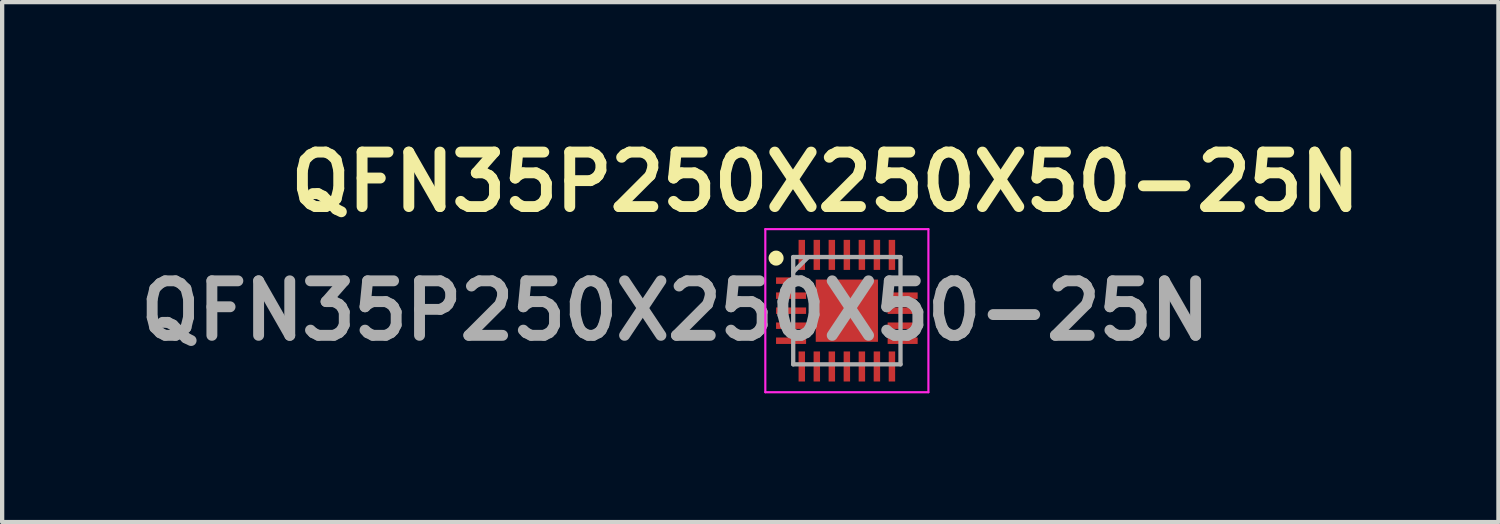
<source format=kicad_pcb>
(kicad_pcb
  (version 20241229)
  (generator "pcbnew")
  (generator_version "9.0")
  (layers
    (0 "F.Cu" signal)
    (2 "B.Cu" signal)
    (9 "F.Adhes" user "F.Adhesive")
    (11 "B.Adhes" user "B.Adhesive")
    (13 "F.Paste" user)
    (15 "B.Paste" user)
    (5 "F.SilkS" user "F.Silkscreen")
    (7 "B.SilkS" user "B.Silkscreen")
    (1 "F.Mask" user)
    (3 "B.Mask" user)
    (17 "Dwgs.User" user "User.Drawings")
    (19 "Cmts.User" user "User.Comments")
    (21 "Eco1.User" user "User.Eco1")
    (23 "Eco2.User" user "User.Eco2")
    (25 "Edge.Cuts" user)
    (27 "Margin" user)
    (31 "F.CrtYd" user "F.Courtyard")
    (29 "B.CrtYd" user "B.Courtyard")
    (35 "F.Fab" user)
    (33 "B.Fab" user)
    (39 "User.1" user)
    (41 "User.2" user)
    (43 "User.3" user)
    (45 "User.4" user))
  (footprint "QFN35P250X250X50-25N"
    (layer "F.Cu")
    (at 16.682 4.189)
    (property "Reference" "QFN35P250X250X50-25N" (at -0.5 -3 0) (layer "F.SilkS") (effects (font (size 1.27 1.27) (thickness 0.254))))
    (attr smd)
    (fp_circle (center -1.649 -1.225) (end -1.649 -1.137) (stroke (width 0.175) (type solid)) (fill no) (layer "F.SilkS"))
    (fp_line (start -1.9 -1.9) (end 1.9 -1.9) (stroke (width 0.05) (type solid)) (layer "F.CrtYd"))
    (fp_line (start -1.9 1.9) (end -1.9 -1.9) (stroke (width 0.05) (type solid)) (layer "F.CrtYd"))
    (fp_line (start 1.9 -1.9) (end 1.9 1.9) (stroke (width 0.05) (type solid)) (layer "F.CrtYd"))
    (fp_line (start 1.9 1.9) (end -1.9 1.9) (stroke (width 0.05) (type solid)) (layer "F.CrtYd"))
    (fp_line (start -1.25 -1.25) (end 1.25 -1.25) (stroke (width 0.1) (type solid)) (layer "F.Fab"))
    (fp_line (start -1.25 -0.9) (end -0.9 -1.25) (stroke (width 0.1) (type solid)) (layer "F.Fab"))
    (fp_line (start -1.25 1.25) (end -1.25 -1.25) (stroke (width 0.1) (type solid)) (layer "F.Fab"))
    (fp_line (start 1.25 -1.25) (end 1.25 1.25) (stroke (width 0.1) (type solid)) (layer "F.Fab"))
    (fp_line (start 1.25 1.25) (end -1.25 1.25) (stroke (width 0.1) (type solid)) (layer "F.Fab"))
    (fp_text user "${REFERENCE}" (at -4 0 0) (layer "F.Fab") (effects (font (size 1.27 1.27) (thickness 0.254))))
    (pad "1" smd rect (at -1.3 -0.7 90) (size 0.15 0.7) (layers "F.Cu" "F.Mask" "F.Paste"))
    (pad "2" smd rect (at -1.3 -0.35 90) (size 0.15 0.7) (layers "F.Cu" "F.Mask" "F.Paste"))
    (pad "3" smd rect (at -1.3 0 90) (size 0.15 0.7) (layers "F.Cu" "F.Mask" "F.Paste"))
    (pad "4" smd rect (at -1.3 0.35 90) (size 0.15 0.7) (layers "F.Cu" "F.Mask" "F.Paste"))
    (pad "5" smd rect (at -1.3 0.7 90) (size 0.15 0.7) (layers "F.Cu" "F.Mask" "F.Paste"))
    (pad "6" smd rect (at -1.05 1.3) (size 0.15 0.7) (layers "F.Cu" "F.Mask" "F.Paste"))
    (pad "7" smd rect (at -0.7 1.3) (size 0.15 0.7) (layers "F.Cu" "F.Mask" "F.Paste"))
    (pad "8" smd rect (at -0.35 1.3) (size 0.15 0.7) (layers "F.Cu" "F.Mask" "F.Paste"))
    (pad "9" smd rect (at 0 1.3) (size 0.15 0.7) (layers "F.Cu" "F.Mask" "F.Paste"))
    (pad "10" smd rect (at 0.35 1.3) (size 0.15 0.7) (layers "F.Cu" "F.Mask" "F.Paste"))
    (pad "11" smd rect (at 0.7 1.3) (size 0.15 0.7) (layers "F.Cu" "F.Mask" "F.Paste"))
    (pad "12" smd rect (at 1.05 1.3) (size 0.15 0.7) (layers "F.Cu" "F.Mask" "F.Paste"))
    (pad "13" smd rect (at 1.3 0.7 90) (size 0.15 0.7) (layers "F.Cu" "F.Mask" "F.Paste"))
    (pad "14" smd rect (at 1.3 0.35 90) (size 0.15 0.7) (layers "F.Cu" "F.Mask" "F.Paste"))
    (pad "15" smd rect (at 1.3 0 90) (size 0.15 0.7) (layers "F.Cu" "F.Mask" "F.Paste"))
    (pad "16" smd rect (at 1.3 -0.35 90) (size 0.15 0.7) (layers "F.Cu" "F.Mask" "F.Paste"))
    (pad "17" smd rect (at 1.3 -0.7 90) (size 0.15 0.7) (layers "F.Cu" "F.Mask" "F.Paste"))
    (pad "18" smd rect (at 1.05 -1.3) (size 0.15 0.7) (layers "F.Cu" "F.Mask" "F.Paste"))
    (pad "19" smd rect (at 0.7 -1.3) (size 0.15 0.7) (layers "F.Cu" "F.Mask" "F.Paste"))
    (pad "20" smd rect (at 0.35 -1.3) (size 0.15 0.7) (layers "F.Cu" "F.Mask" "F.Paste"))
    (pad "21" smd rect (at 0 -1.3) (size 0.15 0.7) (layers "F.Cu" "F.Mask" "F.Paste"))
    (pad "22" smd rect (at -0.35 -1.3) (size 0.15 0.7) (layers "F.Cu" "F.Mask" "F.Paste"))
    (pad "23" smd rect (at -0.7 -1.3) (size 0.15 0.7) (layers "F.Cu" "F.Mask" "F.Paste"))
    (pad "24" smd rect (at -1.05 -1.3) (size 0.15 0.7) (layers "F.Cu" "F.Mask" "F.Paste"))
    (pad "25" smd rect (at 0 0) (size 1.45 1.45) (layers "F.Cu" "F.Mask" "F.Paste")))
  (gr_rect
    (start -3 -3)
    (end 31.864 9.114)
    (stroke (width 0.1) (type default))
    (fill no)
    (layer "Edge.Cuts")))
</source>
